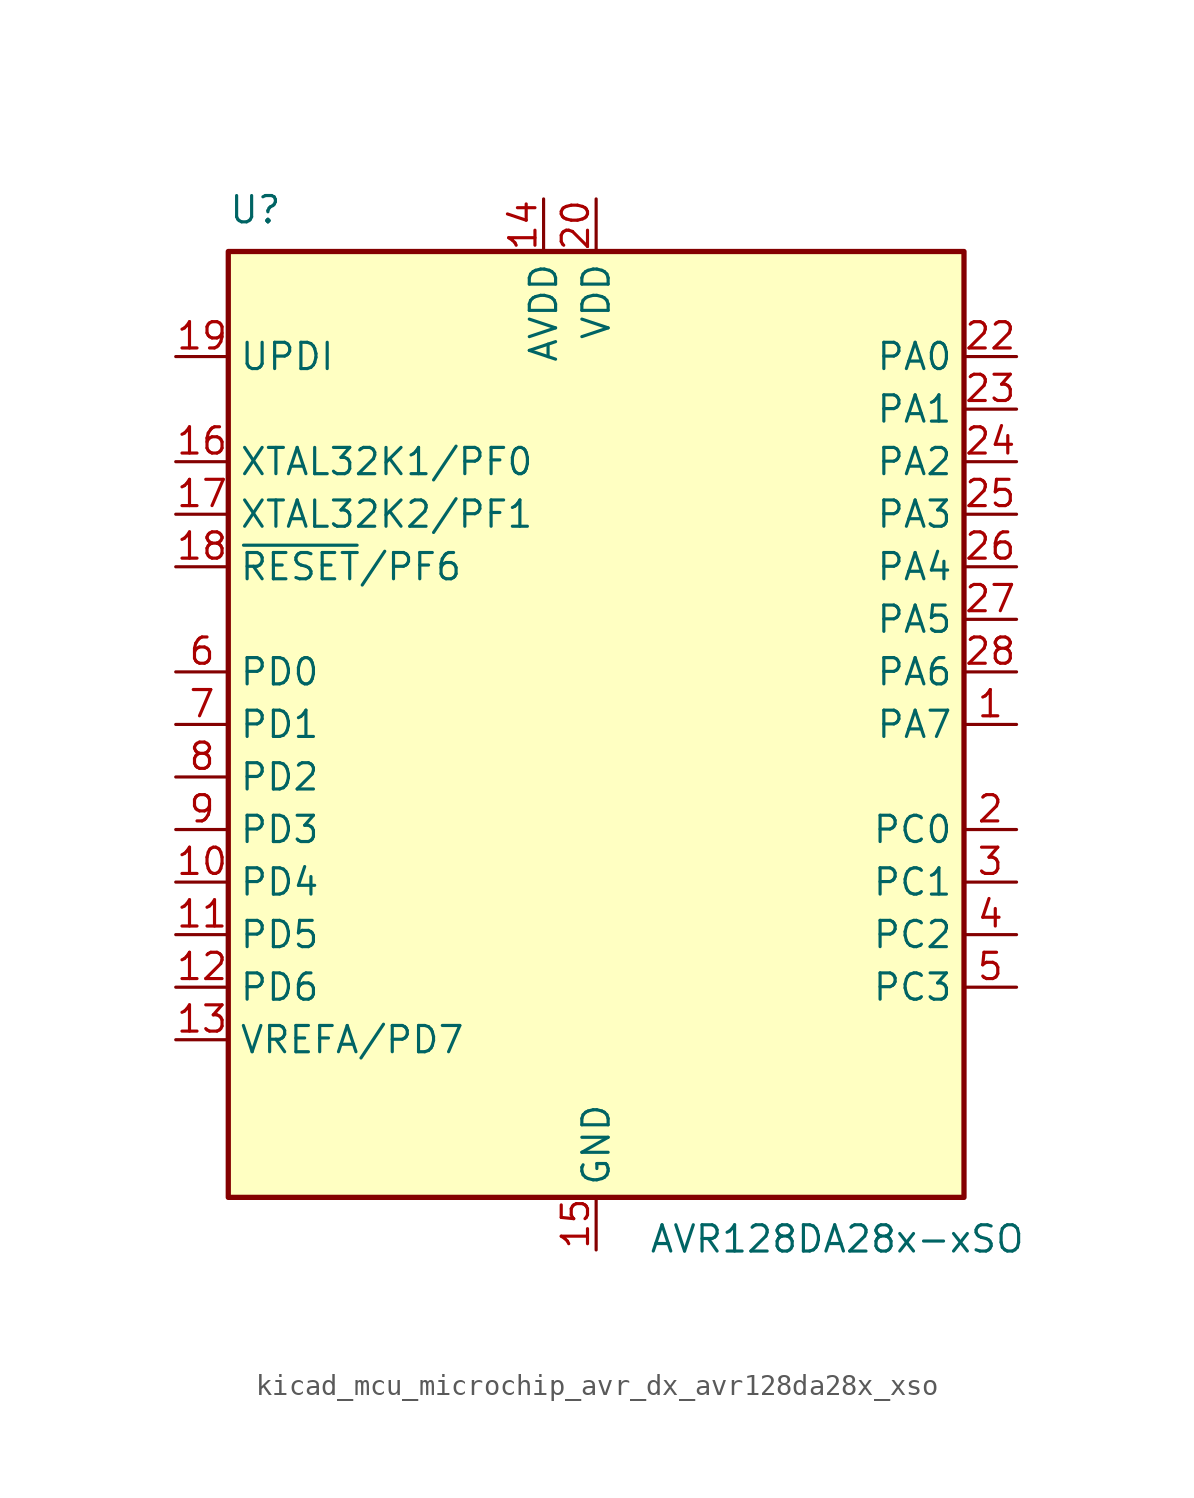
<source format=kicad_sym>
(kicad_symbol_lib
  (version 20220914)
  (generator kicad_symbol_editor)
  (symbol "kicad_mcu_microchip_avr_dx_avr128da28x_xso"
    (property "Reference" "U"
      (at -17.78 24.13 0)
      (effects (font (size 1.27 1.27)) (justify left bottom)))
    (property "Value" "AVR128DA28x-xSO"
      (at 2.54 -24.13 0)
      (effects (font (size 1.27 1.27)) (justify left top)))
    (symbol "kicad_mcu_microchip_avr_dx_avr128da28x_xso_0_1"
      (rectangle (start -17.78 22.86) (end 17.78 -22.86) (stroke (width 0.254) (type default)) (fill (type background))))
    (symbol "kicad_mcu_microchip_avr_dx_avr128da28x_xso_1_1"
      (pin bidirectional line (at 20.32 0 180) (length 2.54) (name "PA7" (effects (font (size 1.27 1.27)))) (number "1" (effects (font (size 1.27 1.27)))))
      (pin bidirectional line (at -20.32 -7.62 0) (length 2.54) (name "PD4" (effects (font (size 1.27 1.27)))) (number "10" (effects (font (size 1.27 1.27)))))
      (pin bidirectional line (at -20.32 -10.16 0) (length 2.54) (name "PD5" (effects (font (size 1.27 1.27)))) (number "11" (effects (font (size 1.27 1.27)))))
      (pin bidirectional line (at -20.32 -12.7 0) (length 2.54) (name "PD6" (effects (font (size 1.27 1.27)))) (number "12" (effects (font (size 1.27 1.27)))))
      (pin bidirectional line (at -20.32 -15.24 0) (length 2.54) (name "VREFA/PD7" (effects (font (size 1.27 1.27)))) (number "13" (effects (font (size 1.27 1.27)))))
      (pin power_in line (at -2.54 25.4 270) (length 2.54) (name "AVDD" (effects (font (size 1.27 1.27)))) (number "14" (effects (font (size 1.27 1.27)))))
      (pin power_in line (at 0 -25.4 90) (length 2.54) (name "GND" (effects (font (size 1.27 1.27)))) (number "15" (effects (font (size 1.27 1.27)))))
      (pin bidirectional line (at -20.32 12.7 0) (length 2.54) (name "XTAL32K1/PF0" (effects (font (size 1.27 1.27)))) (number "16" (effects (font (size 1.27 1.27)))))
      (pin bidirectional line (at -20.32 10.16 0) (length 2.54) (name "XTAL32K2/PF1" (effects (font (size 1.27 1.27)))) (number "17" (effects (font (size 1.27 1.27)))))
      (pin bidirectional line (at -20.32 7.62 0) (length 2.54) (name "~{RESET}/PF6" (effects (font (size 1.27 1.27)))) (number "18" (effects (font (size 1.27 1.27)))))
      (pin input line (at -20.32 17.78 0) (length 2.54) (name "UPDI" (effects (font (size 1.27 1.27)))) (number "19" (effects (font (size 1.27 1.27)))))
      (pin bidirectional line (at 20.32 -5.08 180) (length 2.54) (name "PC0" (effects (font (size 1.27 1.27)))) (number "2" (effects (font (size 1.27 1.27)))))
      (pin power_in line (at 0 25.4 270) (length 2.54) (name "VDD" (effects (font (size 1.27 1.27)))) (number "20" (effects (font (size 1.27 1.27)))))
      (pin passive line (at 0 -25.4 90) (length 2.54) hide (name "GND" (effects (font (size 1.27 1.27)))) (number "21" (effects (font (size 1.27 1.27)))))
      (pin bidirectional line (at 20.32 17.78 180) (length 2.54) (name "PA0" (effects (font (size 1.27 1.27)))) (number "22" (effects (font (size 1.27 1.27)))))
      (pin bidirectional line (at 20.32 15.24 180) (length 2.54) (name "PA1" (effects (font (size 1.27 1.27)))) (number "23" (effects (font (size 1.27 1.27)))))
      (pin bidirectional line (at 20.32 12.7 180) (length 2.54) (name "PA2" (effects (font (size 1.27 1.27)))) (number "24" (effects (font (size 1.27 1.27)))))
      (pin bidirectional line (at 20.32 10.16 180) (length 2.54) (name "PA3" (effects (font (size 1.27 1.27)))) (number "25" (effects (font (size 1.27 1.27)))))
      (pin bidirectional line (at 20.32 7.62 180) (length 2.54) (name "PA4" (effects (font (size 1.27 1.27)))) (number "26" (effects (font (size 1.27 1.27)))))
      (pin bidirectional line (at 20.32 5.08 180) (length 2.54) (name "PA5" (effects (font (size 1.27 1.27)))) (number "27" (effects (font (size 1.27 1.27)))))
      (pin bidirectional line (at 20.32 2.54 180) (length 2.54) (name "PA6" (effects (font (size 1.27 1.27)))) (number "28" (effects (font (size 1.27 1.27)))))
      (pin bidirectional line (at 20.32 -7.62 180) (length 2.54) (name "PC1" (effects (font (size 1.27 1.27)))) (number "3" (effects (font (size 1.27 1.27)))))
      (pin bidirectional line (at 20.32 -10.16 180) (length 2.54) (name "PC2" (effects (font (size 1.27 1.27)))) (number "4" (effects (font (size 1.27 1.27)))))
      (pin bidirectional line (at 20.32 -12.7 180) (length 2.54) (name "PC3" (effects (font (size 1.27 1.27)))) (number "5" (effects (font (size 1.27 1.27)))))
      (pin bidirectional line (at -20.32 2.54 0) (length 2.54) (name "PD0" (effects (font (size 1.27 1.27)))) (number "6" (effects (font (size 1.27 1.27)))))
      (pin bidirectional line (at -20.32 0 0) (length 2.54) (name "PD1" (effects (font (size 1.27 1.27)))) (number "7" (effects (font (size 1.27 1.27)))))
      (pin bidirectional line (at -20.32 -2.54 0) (length 2.54) (name "PD2" (effects (font (size 1.27 1.27)))) (number "8" (effects (font (size 1.27 1.27)))))
      (pin bidirectional line (at -20.32 -5.08 0) (length 2.54) (name "PD3" (effects (font (size 1.27 1.27)))) (number "9" (effects (font (size 1.27 1.27))))))))
</source>
